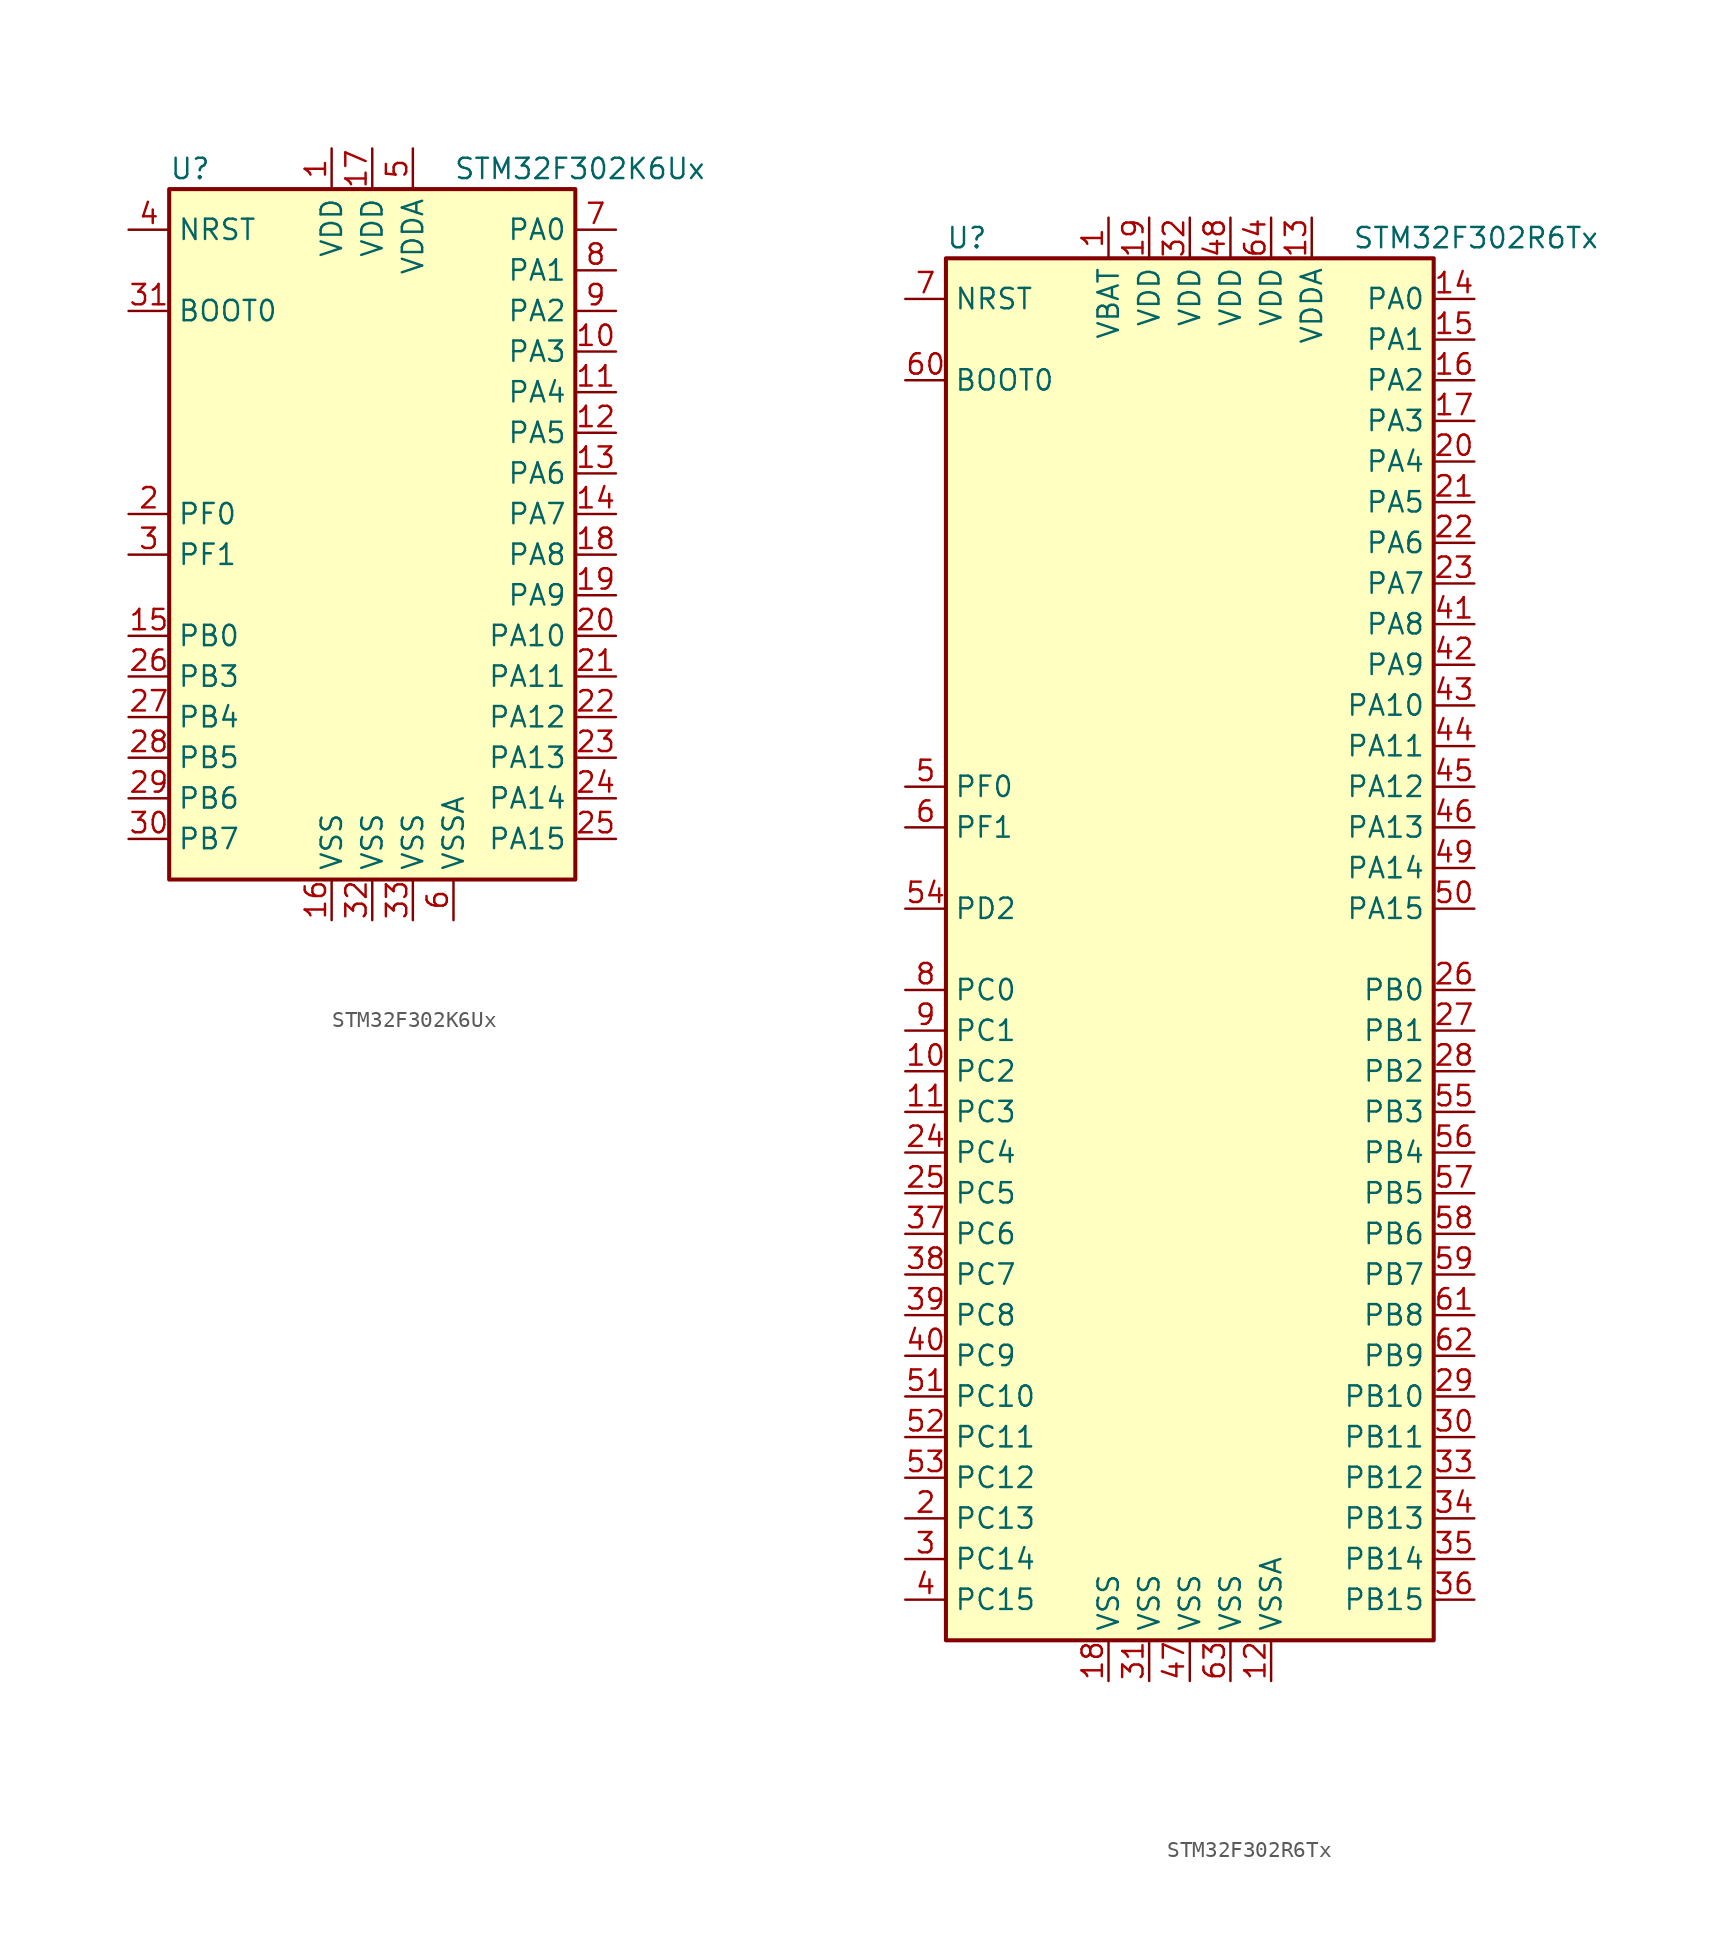
<source format=kicad_sym>
(kicad_symbol_lib
  (version 20201005)
  (generator kicad_symbol_editor)
  (symbol "STM32F302K6Ux"
    (property "Reference" "U"
      (at -12.7 21.59 0)
      (effects (font (size 1.27 1.27)) (justify left)))
    (property "Value" "STM32F302K6Ux"
      (at 5.08 21.59 0)
      (effects (font (size 1.27 1.27)) (justify left)))
    (symbol "STM32F302K6Ux_0_1"
      (rectangle (start -12.7 -22.86) (end 12.7 20.32) (stroke (width 0.254)) (fill (type background))))
    (symbol "STM32F302K6Ux_1_1"
      (pin input line (at -15.24 12.7 0) (length 2.54) (name "BOOT0" (effects (font (size 1.27 1.27)))) (number "31" (effects (font (size 1.27 1.27)))))
      (pin input line (at -15.24 17.78 0) (length 2.54) (name "NRST" (effects (font (size 1.27 1.27)))) (number "4" (effects (font (size 1.27 1.27)))))
      (pin bidirectional line (at 15.24 17.78 180) (length 2.54) (name "PA0" (effects (font (size 1.27 1.27)))) (number "7" (effects (font (size 1.27 1.27)))))
      (pin bidirectional line (at 15.24 15.24 180) (length 2.54) (name "PA1" (effects (font (size 1.27 1.27)))) (number "8" (effects (font (size 1.27 1.27)))))
      (pin bidirectional line (at 15.24 -7.62 180) (length 2.54) (name "PA10" (effects (font (size 1.27 1.27)))) (number "20" (effects (font (size 1.27 1.27)))))
      (pin bidirectional line (at 15.24 -10.16 180) (length 2.54) (name "PA11" (effects (font (size 1.27 1.27)))) (number "21" (effects (font (size 1.27 1.27)))))
      (pin bidirectional line (at 15.24 -12.7 180) (length 2.54) (name "PA12" (effects (font (size 1.27 1.27)))) (number "22" (effects (font (size 1.27 1.27)))))
      (pin bidirectional line (at 15.24 -15.24 180) (length 2.54) (name "PA13" (effects (font (size 1.27 1.27)))) (number "23" (effects (font (size 1.27 1.27)))))
      (pin bidirectional line (at 15.24 -17.78 180) (length 2.54) (name "PA14" (effects (font (size 1.27 1.27)))) (number "24" (effects (font (size 1.27 1.27)))))
      (pin bidirectional line (at 15.24 -20.32 180) (length 2.54) (name "PA15" (effects (font (size 1.27 1.27)))) (number "25" (effects (font (size 1.27 1.27)))))
      (pin bidirectional line (at 15.24 12.7 180) (length 2.54) (name "PA2" (effects (font (size 1.27 1.27)))) (number "9" (effects (font (size 1.27 1.27)))))
      (pin bidirectional line (at 15.24 10.16 180) (length 2.54) (name "PA3" (effects (font (size 1.27 1.27)))) (number "10" (effects (font (size 1.27 1.27)))))
      (pin bidirectional line (at 15.24 7.62 180) (length 2.54) (name "PA4" (effects (font (size 1.27 1.27)))) (number "11" (effects (font (size 1.27 1.27)))))
      (pin bidirectional line (at 15.24 5.08 180) (length 2.54) (name "PA5" (effects (font (size 1.27 1.27)))) (number "12" (effects (font (size 1.27 1.27)))))
      (pin bidirectional line (at 15.24 2.54 180) (length 2.54) (name "PA6" (effects (font (size 1.27 1.27)))) (number "13" (effects (font (size 1.27 1.27)))))
      (pin bidirectional line (at 15.24 0 180) (length 2.54) (name "PA7" (effects (font (size 1.27 1.27)))) (number "14" (effects (font (size 1.27 1.27)))))
      (pin bidirectional line (at 15.24 -2.54 180) (length 2.54) (name "PA8" (effects (font (size 1.27 1.27)))) (number "18" (effects (font (size 1.27 1.27)))))
      (pin bidirectional line (at 15.24 -5.08 180) (length 2.54) (name "PA9" (effects (font (size 1.27 1.27)))) (number "19" (effects (font (size 1.27 1.27)))))
      (pin bidirectional line (at -15.24 -7.62 0) (length 2.54) (name "PB0" (effects (font (size 1.27 1.27)))) (number "15" (effects (font (size 1.27 1.27)))))
      (pin bidirectional line (at -15.24 -10.16 0) (length 2.54) (name "PB3" (effects (font (size 1.27 1.27)))) (number "26" (effects (font (size 1.27 1.27)))))
      (pin bidirectional line (at -15.24 -12.7 0) (length 2.54) (name "PB4" (effects (font (size 1.27 1.27)))) (number "27" (effects (font (size 1.27 1.27)))))
      (pin bidirectional line (at -15.24 -15.24 0) (length 2.54) (name "PB5" (effects (font (size 1.27 1.27)))) (number "28" (effects (font (size 1.27 1.27)))))
      (pin bidirectional line (at -15.24 -17.78 0) (length 2.54) (name "PB6" (effects (font (size 1.27 1.27)))) (number "29" (effects (font (size 1.27 1.27)))))
      (pin bidirectional line (at -15.24 -20.32 0) (length 2.54) (name "PB7" (effects (font (size 1.27 1.27)))) (number "30" (effects (font (size 1.27 1.27)))))
      (pin input line (at -15.24 0 0) (length 2.54) (name "PF0" (effects (font (size 1.27 1.27)))) (number "2" (effects (font (size 1.27 1.27)))))
      (pin input line (at -15.24 -2.54 0) (length 2.54) (name "PF1" (effects (font (size 1.27 1.27)))) (number "3" (effects (font (size 1.27 1.27)))))
      (pin power_in line (at -2.54 22.86 270) (length 2.54) (name "VDD" (effects (font (size 1.27 1.27)))) (number "1" (effects (font (size 1.27 1.27)))))
      (pin power_in line (at 0 22.86 270) (length 2.54) (name "VDD" (effects (font (size 1.27 1.27)))) (number "17" (effects (font (size 1.27 1.27)))))
      (pin power_in line (at 2.54 22.86 270) (length 2.54) (name "VDDA" (effects (font (size 1.27 1.27)))) (number "5" (effects (font (size 1.27 1.27)))))
      (pin power_in line (at -2.54 -25.4 90) (length 2.54) (name "VSS" (effects (font (size 1.27 1.27)))) (number "16" (effects (font (size 1.27 1.27)))))
      (pin power_in line (at 0 -25.4 90) (length 2.54) (name "VSS" (effects (font (size 1.27 1.27)))) (number "32" (effects (font (size 1.27 1.27)))))
      (pin power_in line (at 2.54 -25.4 90) (length 2.54) (name "VSS" (effects (font (size 1.27 1.27)))) (number "33" (effects (font (size 1.27 1.27)))))
      (pin power_in line (at 5.08 -25.4 90) (length 2.54) (name "VSSA" (effects (font (size 1.27 1.27)))) (number "6" (effects (font (size 1.27 1.27)))))))
  (symbol "STM32F302R6Tx"
    (property "Reference" "U"
      (at -15.24 44.45 0)
      (effects (font (size 1.27 1.27)) (justify left)))
    (property "Value" "STM32F302R6Tx"
      (at 10.16 44.45 0)
      (effects (font (size 1.27 1.27)) (justify left)))
    (symbol "STM32F302R6Tx_0_1"
      (rectangle (start -15.24 -43.18) (end 15.24 43.18) (stroke (width 0.254)) (fill (type background))))
    (symbol "STM32F302R6Tx_1_1"
      (pin input line (at -17.78 35.56 0) (length 2.54) (name "BOOT0" (effects (font (size 1.27 1.27)))) (number "60" (effects (font (size 1.27 1.27)))))
      (pin input line (at -17.78 40.64 0) (length 2.54) (name "NRST" (effects (font (size 1.27 1.27)))) (number "7" (effects (font (size 1.27 1.27)))))
      (pin bidirectional line (at 17.78 40.64 180) (length 2.54) (name "PA0" (effects (font (size 1.27 1.27)))) (number "14" (effects (font (size 1.27 1.27)))))
      (pin bidirectional line (at 17.78 38.1 180) (length 2.54) (name "PA1" (effects (font (size 1.27 1.27)))) (number "15" (effects (font (size 1.27 1.27)))))
      (pin bidirectional line (at 17.78 15.24 180) (length 2.54) (name "PA10" (effects (font (size 1.27 1.27)))) (number "43" (effects (font (size 1.27 1.27)))))
      (pin bidirectional line (at 17.78 12.7 180) (length 2.54) (name "PA11" (effects (font (size 1.27 1.27)))) (number "44" (effects (font (size 1.27 1.27)))))
      (pin bidirectional line (at 17.78 10.16 180) (length 2.54) (name "PA12" (effects (font (size 1.27 1.27)))) (number "45" (effects (font (size 1.27 1.27)))))
      (pin bidirectional line (at 17.78 7.62 180) (length 2.54) (name "PA13" (effects (font (size 1.27 1.27)))) (number "46" (effects (font (size 1.27 1.27)))))
      (pin bidirectional line (at 17.78 5.08 180) (length 2.54) (name "PA14" (effects (font (size 1.27 1.27)))) (number "49" (effects (font (size 1.27 1.27)))))
      (pin bidirectional line (at 17.78 2.54 180) (length 2.54) (name "PA15" (effects (font (size 1.27 1.27)))) (number "50" (effects (font (size 1.27 1.27)))))
      (pin bidirectional line (at 17.78 35.56 180) (length 2.54) (name "PA2" (effects (font (size 1.27 1.27)))) (number "16" (effects (font (size 1.27 1.27)))))
      (pin bidirectional line (at 17.78 33.02 180) (length 2.54) (name "PA3" (effects (font (size 1.27 1.27)))) (number "17" (effects (font (size 1.27 1.27)))))
      (pin bidirectional line (at 17.78 30.48 180) (length 2.54) (name "PA4" (effects (font (size 1.27 1.27)))) (number "20" (effects (font (size 1.27 1.27)))))
      (pin bidirectional line (at 17.78 27.94 180) (length 2.54) (name "PA5" (effects (font (size 1.27 1.27)))) (number "21" (effects (font (size 1.27 1.27)))))
      (pin bidirectional line (at 17.78 25.4 180) (length 2.54) (name "PA6" (effects (font (size 1.27 1.27)))) (number "22" (effects (font (size 1.27 1.27)))))
      (pin bidirectional line (at 17.78 22.86 180) (length 2.54) (name "PA7" (effects (font (size 1.27 1.27)))) (number "23" (effects (font (size 1.27 1.27)))))
      (pin bidirectional line (at 17.78 20.32 180) (length 2.54) (name "PA8" (effects (font (size 1.27 1.27)))) (number "41" (effects (font (size 1.27 1.27)))))
      (pin bidirectional line (at 17.78 17.78 180) (length 2.54) (name "PA9" (effects (font (size 1.27 1.27)))) (number "42" (effects (font (size 1.27 1.27)))))
      (pin bidirectional line (at 17.78 -2.54 180) (length 2.54) (name "PB0" (effects (font (size 1.27 1.27)))) (number "26" (effects (font (size 1.27 1.27)))))
      (pin bidirectional line (at 17.78 -5.08 180) (length 2.54) (name "PB1" (effects (font (size 1.27 1.27)))) (number "27" (effects (font (size 1.27 1.27)))))
      (pin bidirectional line (at 17.78 -27.94 180) (length 2.54) (name "PB10" (effects (font (size 1.27 1.27)))) (number "29" (effects (font (size 1.27 1.27)))))
      (pin bidirectional line (at 17.78 -30.48 180) (length 2.54) (name "PB11" (effects (font (size 1.27 1.27)))) (number "30" (effects (font (size 1.27 1.27)))))
      (pin bidirectional line (at 17.78 -33.02 180) (length 2.54) (name "PB12" (effects (font (size 1.27 1.27)))) (number "33" (effects (font (size 1.27 1.27)))))
      (pin bidirectional line (at 17.78 -35.56 180) (length 2.54) (name "PB13" (effects (font (size 1.27 1.27)))) (number "34" (effects (font (size 1.27 1.27)))))
      (pin bidirectional line (at 17.78 -38.1 180) (length 2.54) (name "PB14" (effects (font (size 1.27 1.27)))) (number "35" (effects (font (size 1.27 1.27)))))
      (pin bidirectional line (at 17.78 -40.64 180) (length 2.54) (name "PB15" (effects (font (size 1.27 1.27)))) (number "36" (effects (font (size 1.27 1.27)))))
      (pin bidirectional line (at 17.78 -7.62 180) (length 2.54) (name "PB2" (effects (font (size 1.27 1.27)))) (number "28" (effects (font (size 1.27 1.27)))))
      (pin bidirectional line (at 17.78 -10.16 180) (length 2.54) (name "PB3" (effects (font (size 1.27 1.27)))) (number "55" (effects (font (size 1.27 1.27)))))
      (pin bidirectional line (at 17.78 -12.7 180) (length 2.54) (name "PB4" (effects (font (size 1.27 1.27)))) (number "56" (effects (font (size 1.27 1.27)))))
      (pin bidirectional line (at 17.78 -15.24 180) (length 2.54) (name "PB5" (effects (font (size 1.27 1.27)))) (number "57" (effects (font (size 1.27 1.27)))))
      (pin bidirectional line (at 17.78 -17.78 180) (length 2.54) (name "PB6" (effects (font (size 1.27 1.27)))) (number "58" (effects (font (size 1.27 1.27)))))
      (pin bidirectional line (at 17.78 -20.32 180) (length 2.54) (name "PB7" (effects (font (size 1.27 1.27)))) (number "59" (effects (font (size 1.27 1.27)))))
      (pin bidirectional line (at 17.78 -22.86 180) (length 2.54) (name "PB8" (effects (font (size 1.27 1.27)))) (number "61" (effects (font (size 1.27 1.27)))))
      (pin bidirectional line (at 17.78 -25.4 180) (length 2.54) (name "PB9" (effects (font (size 1.27 1.27)))) (number "62" (effects (font (size 1.27 1.27)))))
      (pin bidirectional line (at -17.78 -2.54 0) (length 2.54) (name "PC0" (effects (font (size 1.27 1.27)))) (number "8" (effects (font (size 1.27 1.27)))))
      (pin bidirectional line (at -17.78 -5.08 0) (length 2.54) (name "PC1" (effects (font (size 1.27 1.27)))) (number "9" (effects (font (size 1.27 1.27)))))
      (pin bidirectional line (at -17.78 -27.94 0) (length 2.54) (name "PC10" (effects (font (size 1.27 1.27)))) (number "51" (effects (font (size 1.27 1.27)))))
      (pin bidirectional line (at -17.78 -30.48 0) (length 2.54) (name "PC11" (effects (font (size 1.27 1.27)))) (number "52" (effects (font (size 1.27 1.27)))))
      (pin bidirectional line (at -17.78 -33.02 0) (length 2.54) (name "PC12" (effects (font (size 1.27 1.27)))) (number "53" (effects (font (size 1.27 1.27)))))
      (pin bidirectional line (at -17.78 -35.56 0) (length 2.54) (name "PC13" (effects (font (size 1.27 1.27)))) (number "2" (effects (font (size 1.27 1.27)))))
      (pin bidirectional line (at -17.78 -38.1 0) (length 2.54) (name "PC14" (effects (font (size 1.27 1.27)))) (number "3" (effects (font (size 1.27 1.27)))))
      (pin bidirectional line (at -17.78 -40.64 0) (length 2.54) (name "PC15" (effects (font (size 1.27 1.27)))) (number "4" (effects (font (size 1.27 1.27)))))
      (pin bidirectional line (at -17.78 -7.62 0) (length 2.54) (name "PC2" (effects (font (size 1.27 1.27)))) (number "10" (effects (font (size 1.27 1.27)))))
      (pin bidirectional line (at -17.78 -10.16 0) (length 2.54) (name "PC3" (effects (font (size 1.27 1.27)))) (number "11" (effects (font (size 1.27 1.27)))))
      (pin bidirectional line (at -17.78 -12.7 0) (length 2.54) (name "PC4" (effects (font (size 1.27 1.27)))) (number "24" (effects (font (size 1.27 1.27)))))
      (pin bidirectional line (at -17.78 -15.24 0) (length 2.54) (name "PC5" (effects (font (size 1.27 1.27)))) (number "25" (effects (font (size 1.27 1.27)))))
      (pin bidirectional line (at -17.78 -17.78 0) (length 2.54) (name "PC6" (effects (font (size 1.27 1.27)))) (number "37" (effects (font (size 1.27 1.27)))))
      (pin bidirectional line (at -17.78 -20.32 0) (length 2.54) (name "PC7" (effects (font (size 1.27 1.27)))) (number "38" (effects (font (size 1.27 1.27)))))
      (pin bidirectional line (at -17.78 -22.86 0) (length 2.54) (name "PC8" (effects (font (size 1.27 1.27)))) (number "39" (effects (font (size 1.27 1.27)))))
      (pin bidirectional line (at -17.78 -25.4 0) (length 2.54) (name "PC9" (effects (font (size 1.27 1.27)))) (number "40" (effects (font (size 1.27 1.27)))))
      (pin bidirectional line (at -17.78 2.54 0) (length 2.54) (name "PD2" (effects (font (size 1.27 1.27)))) (number "54" (effects (font (size 1.27 1.27)))))
      (pin input line (at -17.78 10.16 0) (length 2.54) (name "PF0" (effects (font (size 1.27 1.27)))) (number "5" (effects (font (size 1.27 1.27)))))
      (pin input line (at -17.78 7.62 0) (length 2.54) (name "PF1" (effects (font (size 1.27 1.27)))) (number "6" (effects (font (size 1.27 1.27)))))
      (pin power_in line (at -5.08 45.72 270) (length 2.54) (name "VBAT" (effects (font (size 1.27 1.27)))) (number "1" (effects (font (size 1.27 1.27)))))
      (pin power_in line (at -2.54 45.72 270) (length 2.54) (name "VDD" (effects (font (size 1.27 1.27)))) (number "19" (effects (font (size 1.27 1.27)))))
      (pin power_in line (at 0 45.72 270) (length 2.54) (name "VDD" (effects (font (size 1.27 1.27)))) (number "32" (effects (font (size 1.27 1.27)))))
      (pin power_in line (at 2.54 45.72 270) (length 2.54) (name "VDD" (effects (font (size 1.27 1.27)))) (number "48" (effects (font (size 1.27 1.27)))))
      (pin power_in line (at 5.08 45.72 270) (length 2.54) (name "VDD" (effects (font (size 1.27 1.27)))) (number "64" (effects (font (size 1.27 1.27)))))
      (pin power_in line (at 7.62 45.72 270) (length 2.54) (name "VDDA" (effects (font (size 1.27 1.27)))) (number "13" (effects (font (size 1.27 1.27)))))
      (pin power_in line (at -5.08 -45.72 90) (length 2.54) (name "VSS" (effects (font (size 1.27 1.27)))) (number "18" (effects (font (size 1.27 1.27)))))
      (pin power_in line (at -2.54 -45.72 90) (length 2.54) (name "VSS" (effects (font (size 1.27 1.27)))) (number "31" (effects (font (size 1.27 1.27)))))
      (pin power_in line (at 0 -45.72 90) (length 2.54) (name "VSS" (effects (font (size 1.27 1.27)))) (number "47" (effects (font (size 1.27 1.27)))))
      (pin power_in line (at 2.54 -45.72 90) (length 2.54) (name "VSS" (effects (font (size 1.27 1.27)))) (number "63" (effects (font (size 1.27 1.27)))))
      (pin power_in line (at 5.08 -45.72 90) (length 2.54) (name "VSSA" (effects (font (size 1.27 1.27)))) (number "12" (effects (font (size 1.27 1.27))))))))
</source>
